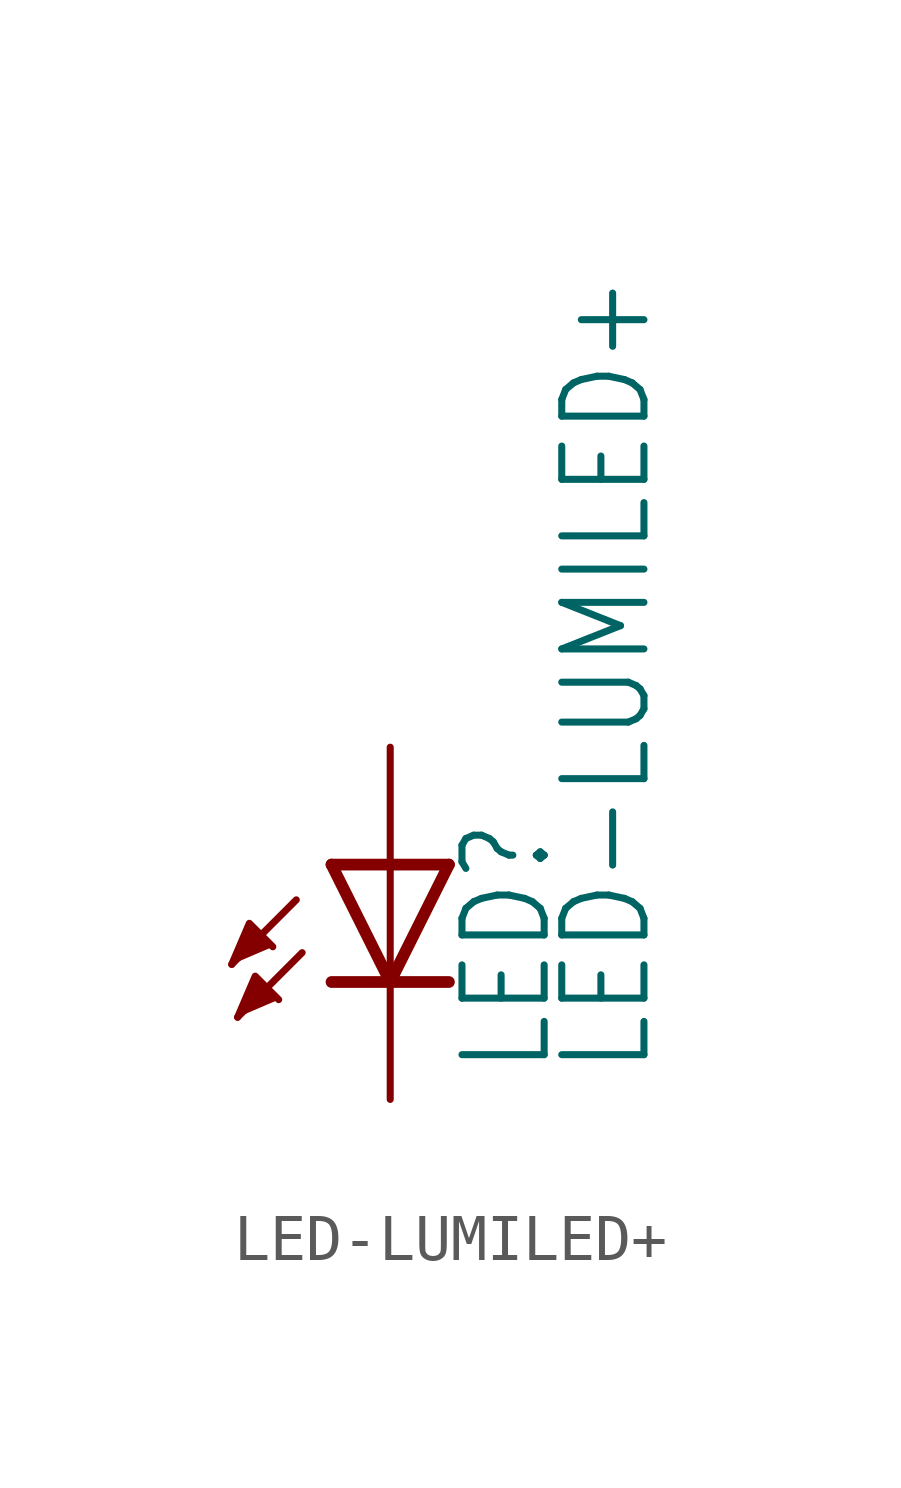
<source format=kicad_sym>
(kicad_symbol_lib
  (version 20201005)
  (generator kicad_symbol_editor)
  (symbol "LED-LUMILED+"
    (property "Reference" "LED"
      (at 3.556 -4.572 90)
      (effects (font (size 1.778 1.511)) (justify left bottom)))
    (property "Value" "LED-LUMILED+"
      (at 5.715 -4.572 90)
      (effects (font (size 1.778 1.511)) (justify left bottom)))
    (property "ki_locked" ""
      (at 0 0 0)
      (effects (font (size 1.27 1.27))))
    (symbol "LED-LUMILED+_1_0"
      (polyline (pts (xy 1.27 0) (xy 0 -2.54)) (stroke (width 0.254)) (fill (type none)))
      (polyline (pts (xy 0 -2.54) (xy -1.27 0)) (stroke (width 0.254)) (fill (type none)))
      (polyline (pts (xy 1.27 -2.54) (xy 0 -2.54)) (stroke (width 0.254)) (fill (type none)))
      (polyline (pts (xy 0 -2.54) (xy -1.27 -2.54)) (stroke (width 0.254)) (fill (type none)))
      (polyline (pts (xy 1.27 0) (xy 0 0)) (stroke (width 0.254)) (fill (type none)))
      (polyline (pts (xy 0 0) (xy -1.27 0)) (stroke (width 0.254)) (fill (type none)))
      (polyline (pts (xy 0 0) (xy 0 -2.54)) (stroke (width 0.152)) (fill (type none)))
      (polyline (pts (xy -2.032 -0.762) (xy -3.429 -2.159)) (stroke (width 0.152)) (fill (type none)))
      (polyline (pts (xy -1.905 -1.905) (xy -3.302 -3.302)) (stroke (width 0.152)) (fill (type none)))
      (polyline (pts (xy -3.429 -2.159) (xy -3.048 -1.27) (xy -2.54 -1.778)) (stroke (width 0)) (fill (type outline)))
      (polyline (pts (xy -3.302 -3.302) (xy -2.921 -2.413) (xy -2.413 -2.921)) (stroke (width 0)) (fill (type outline)))
      (pin passive line (at 0 -5.08 90) (length 2.54) (name "C" (effects (font (size 0 0)))) (number "4-" (effects (font (size 0 0)))))
      (pin passive line (at 0 2.54 270) (length 2.54) (name "A" (effects (font (size 0 0)))) (number "2+" (effects (font (size 0 0))))))))
</source>
